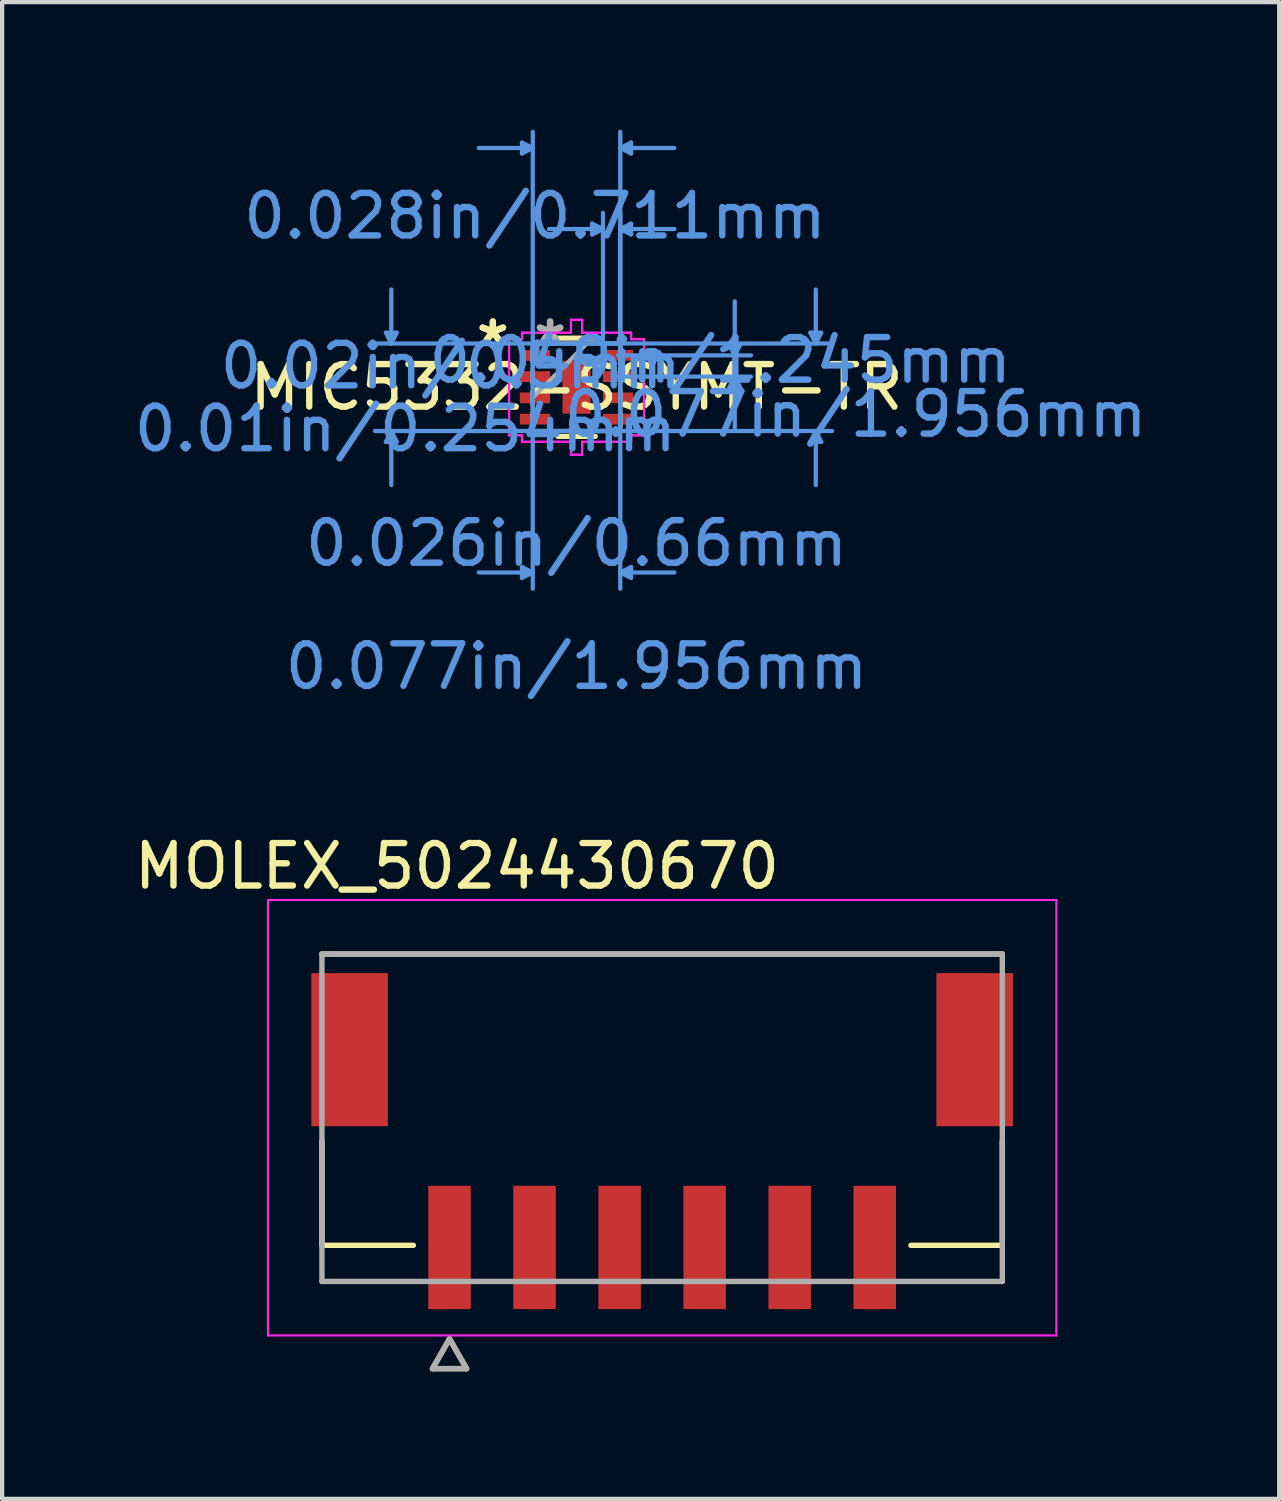
<source format=kicad_pcb>
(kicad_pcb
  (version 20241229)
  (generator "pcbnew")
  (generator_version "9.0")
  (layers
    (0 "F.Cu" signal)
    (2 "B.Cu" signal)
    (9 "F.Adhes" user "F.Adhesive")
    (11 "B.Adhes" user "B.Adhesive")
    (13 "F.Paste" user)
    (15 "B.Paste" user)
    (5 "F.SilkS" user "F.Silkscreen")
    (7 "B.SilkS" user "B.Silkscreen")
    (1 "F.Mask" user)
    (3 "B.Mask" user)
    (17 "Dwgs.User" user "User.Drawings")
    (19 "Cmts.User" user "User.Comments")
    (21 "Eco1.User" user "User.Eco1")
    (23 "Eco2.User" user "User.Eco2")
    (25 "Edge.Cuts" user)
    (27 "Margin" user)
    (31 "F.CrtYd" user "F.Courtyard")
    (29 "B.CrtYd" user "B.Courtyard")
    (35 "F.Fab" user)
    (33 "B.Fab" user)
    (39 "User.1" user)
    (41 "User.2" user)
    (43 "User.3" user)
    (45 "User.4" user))
  (footprint "MOLEX_5024430670"
    (layer "F.Cu")
    (at 12.521 23.235)
    (property "Reference" "MOLEX_5024430670" (at -4.825 -5.915 0) (layer "F.SilkS") (effects (font (size 1 1) (thickness 0.15))))
    (attr through_hole)
    (fp_poly (pts (xy -8.326 -3.476) (xy -6.374 -3.476) (xy -6.374 0.276) (xy -8.326 0.276)) (stroke (width 0.01) (type solid)) (fill yes) (layer "F.Mask"))
    (fp_poly (pts (xy -5.576 1.524) (xy -4.424 1.524) (xy -4.424 4.576) (xy -5.576 4.576)) (stroke (width 0.01) (type solid)) (fill yes) (layer "F.Mask"))
    (fp_poly (pts (xy -3.576 1.524) (xy -2.424 1.524) (xy -2.424 4.576) (xy -3.576 4.576)) (stroke (width 0.01) (type solid)) (fill yes) (layer "F.Mask"))
    (fp_poly (pts (xy -1.576 1.524) (xy -0.424 1.524) (xy -0.424 4.576) (xy -1.576 4.576)) (stroke (width 0.01) (type solid)) (fill yes) (layer "F.Mask"))
    (fp_poly (pts (xy 0.424 1.524) (xy 1.576 1.524) (xy 1.576 4.576) (xy 0.424 4.576)) (stroke (width 0.01) (type solid)) (fill yes) (layer "F.Mask"))
    (fp_poly (pts (xy 2.424 1.524) (xy 3.576 1.524) (xy 3.576 4.576) (xy 2.424 4.576)) (stroke (width 0.01) (type solid)) (fill yes) (layer "F.Mask"))
    (fp_poly (pts (xy 4.424 1.524) (xy 5.576 1.524) (xy 5.576 4.576) (xy 4.424 4.576)) (stroke (width 0.01) (type solid)) (fill yes) (layer "F.Mask"))
    (fp_poly (pts (xy 6.374 -3.476) (xy 8.326 -3.476) (xy 8.326 0.276) (xy 6.374 0.276)) (stroke (width 0.01) (type solid)) (fill yes) (layer "F.Mask"))
    (fp_line (start -8 3) (end -8 0.55) (stroke (width 0.127) (type solid)) (layer "F.SilkS"))
    (fp_line (start -5.85 3) (end -8 3) (stroke (width 0.127) (type solid)) (layer "F.SilkS"))
    (fp_line (start -5.4 5.9) (end -4.6 5.9) (stroke (width 0.127) (type solid)) (layer "F.SilkS"))
    (fp_line (start -5 5.2) (end -5.4 5.9) (stroke (width 0.127) (type solid)) (layer "F.SilkS"))
    (fp_line (start -4.6 5.9) (end -5 5.2) (stroke (width 0.127) (type solid)) (layer "F.SilkS"))
    (fp_line (start 8 -3.85) (end -8 -3.85) (stroke (width 0.127) (type solid)) (layer "F.SilkS"))
    (fp_line (start 8 0.55) (end 8 3) (stroke (width 0.127) (type solid)) (layer "F.SilkS"))
    (fp_line (start 8 3) (end 5.85 3) (stroke (width 0.127) (type solid)) (layer "F.SilkS"))
    (fp_line (start -9.27 -5.12) (end 9.27 -5.12) (stroke (width 0.05) (type solid)) (layer "F.CrtYd"))
    (fp_line (start -9.27 5.12) (end -9.27 -5.12) (stroke (width 0.05) (type solid)) (layer "F.CrtYd"))
    (fp_line (start -9.27 5.12) (end 9.27 5.12) (stroke (width 0.05) (type solid)) (layer "F.CrtYd"))
    (fp_line (start 9.27 -5.12) (end 9.27 5.12) (stroke (width 0.05) (type solid)) (layer "F.CrtYd"))
    (fp_line (start -8 -3.85) (end 8 -3.85) (stroke (width 0.127) (type solid)) (layer "F.Fab"))
    (fp_line (start -8 3.85) (end -8 -3.85) (stroke (width 0.127) (type solid)) (layer "F.Fab"))
    (fp_line (start -5.4 5.9) (end -4.6 5.9) (stroke (width 0.127) (type solid)) (layer "F.Fab"))
    (fp_line (start -5 5.2) (end -5.4 5.9) (stroke (width 0.127) (type solid)) (layer "F.Fab"))
    (fp_line (start -4.6 5.9) (end -5 5.2) (stroke (width 0.127) (type solid)) (layer "F.Fab"))
    (fp_line (start 8 -3.85) (end 8 3.85) (stroke (width 0.127) (type solid)) (layer "F.Fab"))
    (fp_line (start 8 3.85) (end -8 3.85) (stroke (width 0.127) (type solid)) (layer "F.Fab"))
    (pad "1" smd rect (at -5 3.05) (size 1 2.9) (layers "F.Cu" "F.Paste"))
    (pad "2" smd rect (at -3 3.05) (size 1 2.9) (layers "F.Cu" "F.Paste"))
    (pad "3" smd rect (at -1 3.05) (size 1 2.9) (layers "F.Cu" "F.Paste"))
    (pad "4" smd rect (at 1 3.05) (size 1 2.9) (layers "F.Cu" "F.Paste"))
    (pad "5" smd rect (at 3 3.05) (size 1 2.9) (layers "F.Cu" "F.Paste"))
    (pad "6" smd rect (at 5 3.05) (size 1 2.9) (layers "F.Cu" "F.Paste"))
    (pad "S1" smd rect (at -7.35 -1.6) (size 1.8 3.6) (layers "F.Cu" "F.Paste"))
    (pad "S2" smd rect (at 7.35 -1.6) (size 1.8 3.6) (layers "F.Cu" "F.Paste")))
  (footprint "MIC5332-SSYMT-TR"
    (layer "F.Cu")
    (at 10.508 6.057)
    (property "Reference" "MIC5332-SSYMT-TR" (at 0 0 0) (layer "F.SilkS") (effects (font (size 1 1) (thickness 0.15))))
    (attr through_hole)
    (fp_line (start -0.441 1.156) (end 0.441 1.156) (stroke (width 0.12) (type solid)) (layer "F.SilkS"))
    (fp_line (start 0.441 -1.156) (end -0.441 -1.156) (stroke (width 0.12) (type solid)) (layer "F.SilkS"))
    (fp_line (start -4.483 -1.283) (end -4.229 -1.283) (stroke (width 0.1) (type solid)) (layer "Cmts.User"))
    (fp_line (start -4.483 1.283) (end -4.229 1.283) (stroke (width 0.1) (type solid)) (layer "Cmts.User"))
    (fp_line (start -4.356 -1.029) (end -4.483 -1.283) (stroke (width 0.1) (type solid)) (layer "Cmts.User"))
    (fp_line (start -4.356 -1.029) (end -4.356 -2.299) (stroke (width 0.1) (type solid)) (layer "Cmts.User"))
    (fp_line (start -4.356 -1.029) (end -4.229 -1.283) (stroke (width 0.1) (type solid)) (layer "Cmts.User"))
    (fp_line (start -4.356 1.029) (end -4.483 1.283) (stroke (width 0.1) (type solid)) (layer "Cmts.User"))
    (fp_line (start -4.356 1.029) (end -4.356 2.299) (stroke (width 0.1) (type solid)) (layer "Cmts.User"))
    (fp_line (start -4.356 1.029) (end -4.229 1.283) (stroke (width 0.1) (type solid)) (layer "Cmts.User"))
    (fp_line (start -1.283 -5.753) (end -1.283 -5.499) (stroke (width 0.1) (type solid)) (layer "Cmts.User"))
    (fp_line (start -1.283 4.229) (end -1.283 4.483) (stroke (width 0.1) (type solid)) (layer "Cmts.User"))
    (fp_line (start -1.029 -5.626) (end -2.299 -5.626) (stroke (width 0.1) (type solid)) (layer "Cmts.User"))
    (fp_line (start -1.029 -5.626) (end -1.283 -5.753) (stroke (width 0.1) (type solid)) (layer "Cmts.User"))
    (fp_line (start -1.029 -5.626) (end -1.283 -5.499) (stroke (width 0.1) (type solid)) (layer "Cmts.User"))
    (fp_line (start -1.029 -1.029) (end -1.029 4.737) (stroke (width 0.1) (type solid)) (layer "Cmts.User"))
    (fp_line (start -1.029 -0.75) (end -1.029 -6.007) (stroke (width 0.1) (type solid)) (layer "Cmts.User"))
    (fp_line (start -1.029 4.356) (end -2.299 4.356) (stroke (width 0.1) (type solid)) (layer "Cmts.User"))
    (fp_line (start -1.029 4.356) (end -1.283 4.229) (stroke (width 0.1) (type solid)) (layer "Cmts.User"))
    (fp_line (start -1.029 4.356) (end -1.283 4.483) (stroke (width 0.1) (type solid)) (layer "Cmts.User"))
    (fp_line (start -0.25 -1.029) (end 6.007 -1.029) (stroke (width 0.1) (type solid)) (layer "Cmts.User"))
    (fp_line (start -0.25 1.029) (end 6.007 1.029) (stroke (width 0.1) (type solid)) (layer "Cmts.User"))
    (fp_line (start 0.368 -3.848) (end 0.368 -3.594) (stroke (width 0.1) (type solid)) (layer "Cmts.User"))
    (fp_line (start 0.622 -3.721) (end -0.648 -3.721) (stroke (width 0.1) (type solid)) (layer "Cmts.User"))
    (fp_line (start 0.622 -3.721) (end 0.368 -3.848) (stroke (width 0.1) (type solid)) (layer "Cmts.User"))
    (fp_line (start 0.622 -3.721) (end 0.368 -3.594) (stroke (width 0.1) (type solid)) (layer "Cmts.User"))
    (fp_line (start 0.622 -0.75) (end 0.622 -4.102) (stroke (width 0.1) (type solid)) (layer "Cmts.User"))
    (fp_line (start 0.978 -0.75) (end 4.102 -0.75) (stroke (width 0.1) (type solid)) (layer "Cmts.User"))
    (fp_line (start 0.978 -0.25) (end 4.102 -0.25) (stroke (width 0.1) (type solid)) (layer "Cmts.User"))
    (fp_line (start 1.029 -5.626) (end 1.283 -5.753) (stroke (width 0.1) (type solid)) (layer "Cmts.User"))
    (fp_line (start 1.029 -5.626) (end 1.283 -5.499) (stroke (width 0.1) (type solid)) (layer "Cmts.User"))
    (fp_line (start 1.029 -5.626) (end 2.299 -5.626) (stroke (width 0.1) (type solid)) (layer "Cmts.User"))
    (fp_line (start 1.029 -3.721) (end 1.283 -3.848) (stroke (width 0.1) (type solid)) (layer "Cmts.User"))
    (fp_line (start 1.029 -3.721) (end 1.283 -3.594) (stroke (width 0.1) (type solid)) (layer "Cmts.User"))
    (fp_line (start 1.029 -3.721) (end 2.299 -3.721) (stroke (width 0.1) (type solid)) (layer "Cmts.User"))
    (fp_line (start 1.029 -1.029) (end -4.737 -1.029) (stroke (width 0.1) (type solid)) (layer "Cmts.User"))
    (fp_line (start 1.029 -1.029) (end 1.029 4.737) (stroke (width 0.1) (type solid)) (layer "Cmts.User"))
    (fp_line (start 1.029 -0.75) (end 1.029 -6.007) (stroke (width 0.1) (type solid)) (layer "Cmts.User"))
    (fp_line (start 1.029 -0.75) (end 1.029 -4.102) (stroke (width 0.1) (type solid)) (layer "Cmts.User"))
    (fp_line (start 1.029 1.029) (end -4.737 1.029) (stroke (width 0.1) (type solid)) (layer "Cmts.User"))
    (fp_line (start 1.029 4.356) (end 1.283 4.229) (stroke (width 0.1) (type solid)) (layer "Cmts.User"))
    (fp_line (start 1.029 4.356) (end 1.283 4.483) (stroke (width 0.1) (type solid)) (layer "Cmts.User"))
    (fp_line (start 1.029 4.356) (end 2.299 4.356) (stroke (width 0.1) (type solid)) (layer "Cmts.User"))
    (fp_line (start 1.283 -5.753) (end 1.283 -5.499) (stroke (width 0.1) (type solid)) (layer "Cmts.User"))
    (fp_line (start 1.283 -3.848) (end 1.283 -3.594) (stroke (width 0.1) (type solid)) (layer "Cmts.User"))
    (fp_line (start 1.283 4.229) (end 1.283 4.483) (stroke (width 0.1) (type solid)) (layer "Cmts.User"))
    (fp_line (start 3.594 -1.004) (end 3.848 -1.004) (stroke (width 0.1) (type solid)) (layer "Cmts.User"))
    (fp_line (start 3.594 0.004) (end 3.848 0.004) (stroke (width 0.1) (type solid)) (layer "Cmts.User"))
    (fp_line (start 3.721 -0.75) (end 3.594 -1.004) (stroke (width 0.1) (type solid)) (layer "Cmts.User"))
    (fp_line (start 3.721 -0.75) (end 3.721 -2.02) (stroke (width 0.1) (type solid)) (layer "Cmts.User"))
    (fp_line (start 3.721 -0.75) (end 3.848 -1.004) (stroke (width 0.1) (type solid)) (layer "Cmts.User"))
    (fp_line (start 3.721 -0.25) (end 3.594 0.004) (stroke (width 0.1) (type solid)) (layer "Cmts.User"))
    (fp_line (start 3.721 -0.25) (end 3.721 1.02) (stroke (width 0.1) (type solid)) (layer "Cmts.User"))
    (fp_line (start 3.721 -0.25) (end 3.848 0.004) (stroke (width 0.1) (type solid)) (layer "Cmts.User"))
    (fp_line (start 5.499 -1.283) (end 5.753 -1.283) (stroke (width 0.1) (type solid)) (layer "Cmts.User"))
    (fp_line (start 5.499 1.283) (end 5.753 1.283) (stroke (width 0.1) (type solid)) (layer "Cmts.User"))
    (fp_line (start 5.626 -1.029) (end 5.499 -1.283) (stroke (width 0.1) (type solid)) (layer "Cmts.User"))
    (fp_line (start 5.626 -1.029) (end 5.626 -2.299) (stroke (width 0.1) (type solid)) (layer "Cmts.User"))
    (fp_line (start 5.626 -1.029) (end 5.753 -1.283) (stroke (width 0.1) (type solid)) (layer "Cmts.User"))
    (fp_line (start 5.626 1.029) (end 5.499 1.283) (stroke (width 0.1) (type solid)) (layer "Cmts.User"))
    (fp_line (start 5.626 1.029) (end 5.626 2.299) (stroke (width 0.1) (type solid)) (layer "Cmts.User"))
    (fp_line (start 5.626 1.029) (end 5.753 1.283) (stroke (width 0.1) (type solid)) (layer "Cmts.User"))
    (fp_line (start -1.587 -1.131) (end -1.283 -1.131) (stroke (width 0.05) (type solid)) (layer "F.CrtYd"))
    (fp_line (start -1.587 -1.131) (end -1.283 -1.131) (stroke (width 0.05) (type solid)) (layer "F.CrtYd"))
    (fp_line (start -1.587 1.131) (end -1.587 -1.131) (stroke (width 0.05) (type solid)) (layer "F.CrtYd"))
    (fp_line (start -1.587 1.131) (end -1.587 -1.131) (stroke (width 0.05) (type solid)) (layer "F.CrtYd"))
    (fp_line (start -1.283 -1.283) (end -0.131 -1.283) (stroke (width 0.05) (type solid)) (layer "F.CrtYd"))
    (fp_line (start -1.283 -1.283) (end -0.131 -1.283) (stroke (width 0.05) (type solid)) (layer "F.CrtYd"))
    (fp_line (start -1.283 -1.131) (end -1.283 -1.283) (stroke (width 0.05) (type solid)) (layer "F.CrtYd"))
    (fp_line (start -1.283 -1.131) (end -1.283 -1.283) (stroke (width 0.05) (type solid)) (layer "F.CrtYd"))
    (fp_line (start -1.283 1.131) (end -1.587 1.131) (stroke (width 0.05) (type solid)) (layer "F.CrtYd"))
    (fp_line (start -1.283 1.131) (end -1.587 1.131) (stroke (width 0.05) (type solid)) (layer "F.CrtYd"))
    (fp_line (start -1.283 1.283) (end -1.283 1.131) (stroke (width 0.05) (type solid)) (layer "F.CrtYd"))
    (fp_line (start -1.283 1.283) (end -1.283 1.131) (stroke (width 0.05) (type solid)) (layer "F.CrtYd"))
    (fp_line (start -0.131 -1.587) (end 0.131 -1.587) (stroke (width 0.05) (type solid)) (layer "F.CrtYd"))
    (fp_line (start -0.131 -1.587) (end 0.131 -1.587) (stroke (width 0.05) (type solid)) (layer "F.CrtYd"))
    (fp_line (start -0.131 -1.283) (end -0.131 -1.587) (stroke (width 0.05) (type solid)) (layer "F.CrtYd"))
    (fp_line (start -0.131 -1.283) (end -0.131 -1.587) (stroke (width 0.05) (type solid)) (layer "F.CrtYd"))
    (fp_line (start -0.131 1.283) (end -1.283 1.283) (stroke (width 0.05) (type solid)) (layer "F.CrtYd"))
    (fp_line (start -0.131 1.283) (end -1.283 1.283) (stroke (width 0.05) (type solid)) (layer "F.CrtYd"))
    (fp_line (start -0.131 1.587) (end -0.131 1.283) (stroke (width 0.05) (type solid)) (layer "F.CrtYd"))
    (fp_line (start -0.131 1.587) (end -0.131 1.283) (stroke (width 0.05) (type solid)) (layer "F.CrtYd"))
    (fp_line (start 0.131 -1.587) (end 0.131 -1.283) (stroke (width 0.05) (type solid)) (layer "F.CrtYd"))
    (fp_line (start 0.131 -1.587) (end 0.131 -1.283) (stroke (width 0.05) (type solid)) (layer "F.CrtYd"))
    (fp_line (start 0.131 -1.283) (end 1.283 -1.283) (stroke (width 0.05) (type solid)) (layer "F.CrtYd"))
    (fp_line (start 0.131 -1.283) (end 1.283 -1.283) (stroke (width 0.05) (type solid)) (layer "F.CrtYd"))
    (fp_line (start 0.131 1.283) (end 0.131 1.587) (stroke (width 0.05) (type solid)) (layer "F.CrtYd"))
    (fp_line (start 0.131 1.283) (end 0.131 1.587) (stroke (width 0.05) (type solid)) (layer "F.CrtYd"))
    (fp_line (start 0.131 1.587) (end -0.131 1.587) (stroke (width 0.05) (type solid)) (layer "F.CrtYd"))
    (fp_line (start 0.131 1.587) (end -0.131 1.587) (stroke (width 0.05) (type solid)) (layer "F.CrtYd"))
    (fp_line (start 1.283 -1.283) (end 1.283 -1.131) (stroke (width 0.05) (type solid)) (layer "F.CrtYd"))
    (fp_line (start 1.283 -1.283) (end 1.283 -1.131) (stroke (width 0.05) (type solid)) (layer "F.CrtYd"))
    (fp_line (start 1.283 -1.131) (end 1.587 -1.131) (stroke (width 0.05) (type solid)) (layer "F.CrtYd"))
    (fp_line (start 1.283 -1.131) (end 1.587 -1.131) (stroke (width 0.05) (type solid)) (layer "F.CrtYd"))
    (fp_line (start 1.283 1.131) (end 1.283 1.283) (stroke (width 0.05) (type solid)) (layer "F.CrtYd"))
    (fp_line (start 1.283 1.131) (end 1.283 1.283) (stroke (width 0.05) (type solid)) (layer "F.CrtYd"))
    (fp_line (start 1.283 1.283) (end 0.131 1.283) (stroke (width 0.05) (type solid)) (layer "F.CrtYd"))
    (fp_line (start 1.283 1.283) (end 0.131 1.283) (stroke (width 0.05) (type solid)) (layer "F.CrtYd"))
    (fp_line (start 1.587 -1.131) (end 1.587 1.131) (stroke (width 0.05) (type solid)) (layer "F.CrtYd"))
    (fp_line (start 1.587 -1.131) (end 1.587 1.131) (stroke (width 0.05) (type solid)) (layer "F.CrtYd"))
    (fp_line (start 1.587 1.131) (end 1.283 1.131) (stroke (width 0.05) (type solid)) (layer "F.CrtYd"))
    (fp_line (start 1.587 1.131) (end 1.283 1.131) (stroke (width 0.05) (type solid)) (layer "F.CrtYd"))
    (fp_line (start -1.029 -1.029) (end -1.029 -1.029) (stroke (width 0.1) (type solid)) (layer "F.Fab"))
    (fp_line (start -1.029 -1.029) (end -1.029 1.029) (stroke (width 0.1) (type solid)) (layer "F.Fab"))
    (fp_line (start -1.029 -0.902) (end -1.029 -0.902) (stroke (width 0.1) (type solid)) (layer "F.Fab"))
    (fp_line (start -1.029 -0.902) (end -1.029 -0.598) (stroke (width 0.1) (type solid)) (layer "F.Fab"))
    (fp_line (start -1.029 -0.598) (end -1.029 -0.902) (stroke (width 0.1) (type solid)) (layer "F.Fab"))
    (fp_line (start -1.029 -0.598) (end -1.029 -0.598) (stroke (width 0.1) (type solid)) (layer "F.Fab"))
    (fp_line (start -1.029 -0.402) (end -1.029 -0.402) (stroke (width 0.1) (type solid)) (layer "F.Fab"))
    (fp_line (start -1.029 -0.402) (end -1.029 -0.098) (stroke (width 0.1) (type solid)) (layer "F.Fab"))
    (fp_line (start -1.029 -0.098) (end -1.029 -0.402) (stroke (width 0.1) (type solid)) (layer "F.Fab"))
    (fp_line (start -1.029 -0.098) (end -1.029 -0.098) (stroke (width 0.1) (type solid)) (layer "F.Fab"))
    (fp_line (start -1.029 0.098) (end -1.029 0.098) (stroke (width 0.1) (type solid)) (layer "F.Fab"))
    (fp_line (start -1.029 0.098) (end -1.029 0.402) (stroke (width 0.1) (type solid)) (layer "F.Fab"))
    (fp_line (start -1.029 0.241) (end 0.241 -1.029) (stroke (width 0.1) (type solid)) (layer "F.Fab"))
    (fp_line (start -1.029 0.402) (end -1.029 0.098) (stroke (width 0.1) (type solid)) (layer "F.Fab"))
    (fp_line (start -1.029 0.402) (end -1.029 0.402) (stroke (width 0.1) (type solid)) (layer "F.Fab"))
    (fp_line (start -1.029 0.598) (end -1.029 0.598) (stroke (width 0.1) (type solid)) (layer "F.Fab"))
    (fp_line (start -1.029 0.598) (end -1.029 0.902) (stroke (width 0.1) (type solid)) (layer "F.Fab"))
    (fp_line (start -1.029 0.902) (end -1.029 0.598) (stroke (width 0.1) (type solid)) (layer "F.Fab"))
    (fp_line (start -1.029 0.902) (end -1.029 0.902) (stroke (width 0.1) (type solid)) (layer "F.Fab"))
    (fp_line (start -1.029 1.029) (end -1.029 1.029) (stroke (width 0.1) (type solid)) (layer "F.Fab"))
    (fp_line (start -1.029 1.029) (end 1.029 1.029) (stroke (width 0.1) (type solid)) (layer "F.Fab"))
    (fp_line (start 1.029 -1.029) (end -1.029 -1.029) (stroke (width 0.1) (type solid)) (layer "F.Fab"))
    (fp_line (start 1.029 -1.029) (end 1.029 -1.029) (stroke (width 0.1) (type solid)) (layer "F.Fab"))
    (fp_line (start 1.029 -0.902) (end 1.029 -0.902) (stroke (width 0.1) (type solid)) (layer "F.Fab"))
    (fp_line (start 1.029 -0.902) (end 1.029 -0.598) (stroke (width 0.1) (type solid)) (layer "F.Fab"))
    (fp_line (start 1.029 -0.598) (end 1.029 -0.902) (stroke (width 0.1) (type solid)) (layer "F.Fab"))
    (fp_line (start 1.029 -0.598) (end 1.029 -0.598) (stroke (width 0.1) (type solid)) (layer "F.Fab"))
    (fp_line (start 1.029 -0.402) (end 1.029 -0.402) (stroke (width 0.1) (type solid)) (layer "F.Fab"))
    (fp_line (start 1.029 -0.402) (end 1.029 -0.098) (stroke (width 0.1) (type solid)) (layer "F.Fab"))
    (fp_line (start 1.029 -0.098) (end 1.029 -0.402) (stroke (width 0.1) (type solid)) (layer "F.Fab"))
    (fp_line (start 1.029 -0.098) (end 1.029 -0.098) (stroke (width 0.1) (type solid)) (layer "F.Fab"))
    (fp_line (start 1.029 0.098) (end 1.029 0.098) (stroke (width 0.1) (type solid)) (layer "F.Fab"))
    (fp_line (start 1.029 0.098) (end 1.029 0.402) (stroke (width 0.1) (type solid)) (layer "F.Fab"))
    (fp_line (start 1.029 0.402) (end 1.029 0.098) (stroke (width 0.1) (type solid)) (layer "F.Fab"))
    (fp_line (start 1.029 0.402) (end 1.029 0.402) (stroke (width 0.1) (type solid)) (layer "F.Fab"))
    (fp_line (start 1.029 0.598) (end 1.029 0.598) (stroke (width 0.1) (type solid)) (layer "F.Fab"))
    (fp_line (start 1.029 0.598) (end 1.029 0.902) (stroke (width 0.1) (type solid)) (layer "F.Fab"))
    (fp_line (start 1.029 0.902) (end 1.029 0.598) (stroke (width 0.1) (type solid)) (layer "F.Fab"))
    (fp_line (start 1.029 0.902) (end 1.029 0.902) (stroke (width 0.1) (type solid)) (layer "F.Fab"))
    (fp_line (start 1.029 1.029) (end 1.029 -1.029) (stroke (width 0.1) (type solid)) (layer "F.Fab"))
    (fp_line (start 1.029 1.029) (end 1.029 1.029) (stroke (width 0.1) (type solid)) (layer "F.Fab"))
    (fp_text user "*" (at -1.968 -1 0) (layer "F.SilkS") (effects (font (size 1 1) (thickness 0.15))))
    (fp_text user "*" (at -1.968 -1 0) (layer "F.SilkS") (effects (font (size 1 1) (thickness 0.15))))
    (fp_text user "0.077in/1.956mm" (at 6.566 0.635 0) (layer "Cmts.User") (effects (font (size 1 1) (thickness 0.15))))
    (fp_text user "0.02in/0.5mm" (at -2.959 -0.5 0) (layer "Cmts.User") (effects (font (size 1 1) (thickness 0.15))))
    (fp_text user "0.026in/0.66mm" (at 0 3.67 0) (layer "Cmts.User") (effects (font (size 1 1) (thickness 0.15))))
    (fp_text user "0.028in/0.711mm" (at -0.978 -4.026 0) (layer "Cmts.User") (effects (font (size 1 1) (thickness 0.15))))
    (fp_text user "0.049in/1.245mm" (at 3.378 -0.635 0) (layer "Cmts.User") (effects (font (size 1 1) (thickness 0.15))))
    (fp_text user "0.077in/1.956mm" (at 0 6.566 0) (layer "Cmts.User") (effects (font (size 1 1) (thickness 0.15))))
    (fp_text user "Copyright 2021 Accelerated Designs. All rights reserved." (at 0 0 0) (layer "Cmts.User") (effects (font (size 0.127 0.127) (thickness 0.002))))
    (fp_text user "0.01in/0.254mm" (at -4.026 0.978 0) (layer "Cmts.User") (effects (font (size 1 1) (thickness 0.15))))
    (fp_text user "*" (at -0.622 -1 0) (layer "F.Fab") (effects (font (size 1 1) (thickness 0.15))))
    (fp_text user "*" (at -0.622 -1 0) (layer "F.Fab") (effects (font (size 1 1) (thickness 0.15))))
    (pad "1" smd rect (at -0.978 -0.75 90) (size 0.254 0.711) (layers "F.Cu" "F.Mask" "F.Paste"))
    (pad "2" smd rect (at -0.978 -0.25 90) (size 0.254 0.711) (layers "F.Cu" "F.Mask" "F.Paste"))
    (pad "3" smd rect (at -0.978 0.25 90) (size 0.254 0.711) (layers "F.Cu" "F.Mask" "F.Paste"))
    (pad "4" smd rect (at -0.978 0.75 90) (size 0.254 0.711) (layers "F.Cu" "F.Mask" "F.Paste"))
    (pad "5" smd rect (at 0.978 0.75 90) (size 0.254 0.711) (layers "F.Cu" "F.Mask" "F.Paste"))
    (pad "6" smd rect (at 0.978 0.25 90) (size 0.254 0.711) (layers "F.Cu" "F.Mask" "F.Paste"))
    (pad "7" smd rect (at 0.978 -0.25 90) (size 0.254 0.711) (layers "F.Cu" "F.Mask" "F.Paste"))
    (pad "8" smd rect (at 0.978 -0.75 90) (size 0.254 0.711) (layers "F.Cu" "F.Mask" "F.Paste"))
    (pad "9" smd rect (at 0 0) (size 0.66 1.245) (layers "F.Cu" "F.Mask" "F.Paste")))
  (gr_rect
    (start -3 -3)
    (end 27.032 32.198)
    (stroke (width 0.1) (type default))
    (fill no)
    (layer "Edge.Cuts")))
</source>
